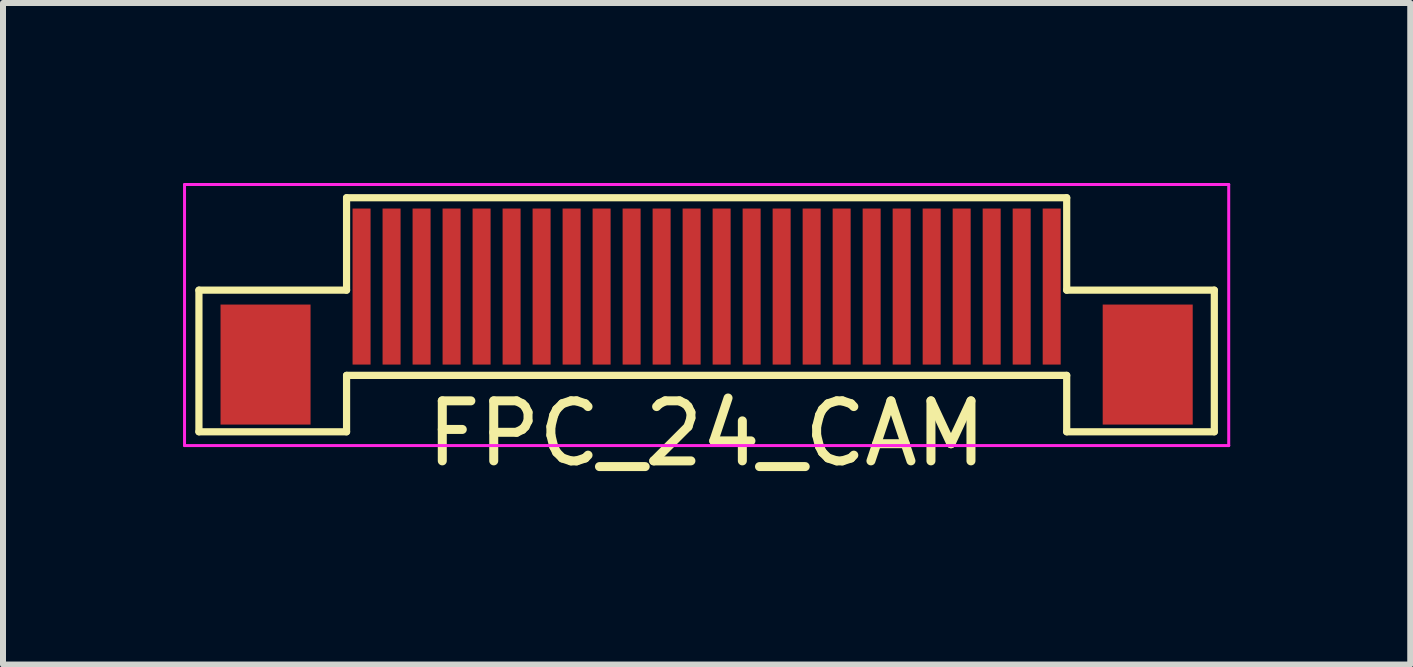
<source format=kicad_pcb>
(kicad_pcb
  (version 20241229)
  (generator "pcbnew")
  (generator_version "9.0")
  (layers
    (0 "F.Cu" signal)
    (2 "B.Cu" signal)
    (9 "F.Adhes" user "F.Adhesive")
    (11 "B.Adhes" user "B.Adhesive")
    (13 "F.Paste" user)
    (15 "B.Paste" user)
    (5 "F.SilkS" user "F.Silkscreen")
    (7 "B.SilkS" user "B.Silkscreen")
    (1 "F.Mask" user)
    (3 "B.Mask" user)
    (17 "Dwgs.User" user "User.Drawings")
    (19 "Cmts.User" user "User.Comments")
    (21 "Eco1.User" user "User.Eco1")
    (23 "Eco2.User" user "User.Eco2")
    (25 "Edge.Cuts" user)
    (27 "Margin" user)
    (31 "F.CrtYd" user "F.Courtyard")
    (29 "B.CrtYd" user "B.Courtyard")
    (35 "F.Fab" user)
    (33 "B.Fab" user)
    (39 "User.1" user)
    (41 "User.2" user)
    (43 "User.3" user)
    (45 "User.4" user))
  (footprint "FPC_24_CAM"
    (layer "F.Cu")
    (at 8.725 1.725)
    (property "Reference" "FPC_24_CAM" (at 0 2.45 0) (layer "F.SilkS") (effects (font (size 1 1) (thickness 0.15))))
    (attr smd)
    (fp_line (start -8.46 0.06) (end -6 0.06) (stroke (width 0.12) (type solid)) (layer "F.SilkS"))
    (fp_line (start -8.46 2.42) (end -8.46 0.06) (stroke (width 0.12) (type solid)) (layer "F.SilkS"))
    (fp_line (start -6 -1.48) (end 6 -1.48) (stroke (width 0.12) (type solid)) (layer "F.SilkS"))
    (fp_line (start -6 0.06) (end -6 -1.48) (stroke (width 0.12) (type solid)) (layer "F.SilkS"))
    (fp_line (start -6 1.48) (end -6 2.42) (stroke (width 0.12) (type solid)) (layer "F.SilkS"))
    (fp_line (start -6 1.48) (end 6 1.48) (stroke (width 0.12) (type solid)) (layer "F.SilkS"))
    (fp_line (start -6 2.42) (end -8.46 2.42) (stroke (width 0.12) (type solid)) (layer "F.SilkS"))
    (fp_line (start 6 0.06) (end 6 -1.48) (stroke (width 0.12) (type solid)) (layer "F.SilkS"))
    (fp_line (start 6 1.48) (end 6 2.42) (stroke (width 0.12) (type solid)) (layer "F.SilkS"))
    (fp_line (start 6 2.42) (end 8.46 2.42) (stroke (width 0.12) (type solid)) (layer "F.SilkS"))
    (fp_line (start 8.46 0.06) (end 6 0.06) (stroke (width 0.12) (type solid)) (layer "F.SilkS"))
    (fp_line (start 8.46 2.42) (end 8.46 0.06) (stroke (width 0.12) (type solid)) (layer "F.SilkS"))
    (fp_line (start -8.7 -1.7) (end -8.7 2.65) (stroke (width 0.05) (type solid)) (layer "F.CrtYd"))
    (fp_line (start -8.7 -1.7) (end 8.7 -1.7) (stroke (width 0.05) (type solid)) (layer "F.CrtYd"))
    (fp_line (start -8.7 2.65) (end 8.7 2.65) (stroke (width 0.05) (type solid)) (layer "F.CrtYd"))
    (fp_line (start 8.7 -1.7) (end 8.7 2.65) (stroke (width 0.05) (type solid)) (layer "F.CrtYd"))
    (pad "0" smd rect (at -7.35 1.3) (size 1.5 2) (layers "F.Cu" "F.Mask" "F.Paste"))
    (pad "0" smd rect (at 7.35 1.3) (size 1.5 2) (layers "F.Cu" "F.Mask" "F.Paste"))
    (pad "1" smd rect (at -5.75 0) (size 0.3 2.6) (layers "F.Cu" "F.Mask" "F.Paste"))
    (pad "2" smd rect (at -5.25 0) (size 0.3 2.6) (layers "F.Cu" "F.Mask" "F.Paste"))
    (pad "3" smd rect (at -4.75 0) (size 0.3 2.6) (layers "F.Cu" "F.Mask" "F.Paste"))
    (pad "4" smd rect (at -4.25 0) (size 0.3 2.6) (layers "F.Cu" "F.Mask" "F.Paste"))
    (pad "5" smd rect (at -3.75 0) (size 0.3 2.6) (layers "F.Cu" "F.Mask" "F.Paste"))
    (pad "6" smd rect (at -3.25 0) (size 0.3 2.6) (layers "F.Cu" "F.Mask" "F.Paste"))
    (pad "7" smd rect (at -2.75 0) (size 0.3 2.6) (layers "F.Cu" "F.Mask" "F.Paste"))
    (pad "8" smd rect (at -2.25 0) (size 0.3 2.6) (layers "F.Cu" "F.Mask" "F.Paste"))
    (pad "9" smd rect (at -1.75 0) (size 0.3 2.6) (layers "F.Cu" "F.Mask" "F.Paste"))
    (pad "10" smd rect (at -1.25 0) (size 0.3 2.6) (layers "F.Cu" "F.Mask" "F.Paste"))
    (pad "11" smd rect (at -0.75 0) (size 0.3 2.6) (layers "F.Cu" "F.Mask" "F.Paste"))
    (pad "12" smd rect (at -0.25 0) (size 0.3 2.6) (layers "F.Cu" "F.Mask" "F.Paste"))
    (pad "13" smd rect (at 0.25 0) (size 0.3 2.6) (layers "F.Cu" "F.Mask" "F.Paste"))
    (pad "14" smd rect (at 0.75 0) (size 0.3 2.6) (layers "F.Cu" "F.Mask" "F.Paste"))
    (pad "15" smd rect (at 1.25 0) (size 0.3 2.6) (layers "F.Cu" "F.Mask" "F.Paste"))
    (pad "16" smd rect (at 1.75 0) (size 0.3 2.6) (layers "F.Cu" "F.Mask" "F.Paste"))
    (pad "17" smd rect (at 2.25 0) (size 0.3 2.6) (layers "F.Cu" "F.Mask" "F.Paste"))
    (pad "18" smd rect (at 2.75 0) (size 0.3 2.6) (layers "F.Cu" "F.Mask" "F.Paste"))
    (pad "19" smd rect (at 3.25 0) (size 0.3 2.6) (layers "F.Cu" "F.Mask" "F.Paste"))
    (pad "20" smd rect (at 3.75 0) (size 0.3 2.6) (layers "F.Cu" "F.Mask" "F.Paste"))
    (pad "21" smd rect (at 4.25 0) (size 0.3 2.6) (layers "F.Cu" "F.Mask" "F.Paste"))
    (pad "22" smd rect (at 4.75 0) (size 0.3 2.6) (layers "F.Cu" "F.Mask" "F.Paste"))
    (pad "23" smd rect (at 5.25 0) (size 0.3 2.6) (layers "F.Cu" "F.Mask" "F.Paste"))
    (pad "24" smd rect (at 5.75 0) (size 0.3 2.6) (layers "F.Cu" "F.Mask" "F.Paste")))
  (gr_rect
    (start -3 -3)
    (end 20.45 8.023)
    (stroke (width 0.1) (type default))
    (fill no)
    (layer "Edge.Cuts")))
</source>
